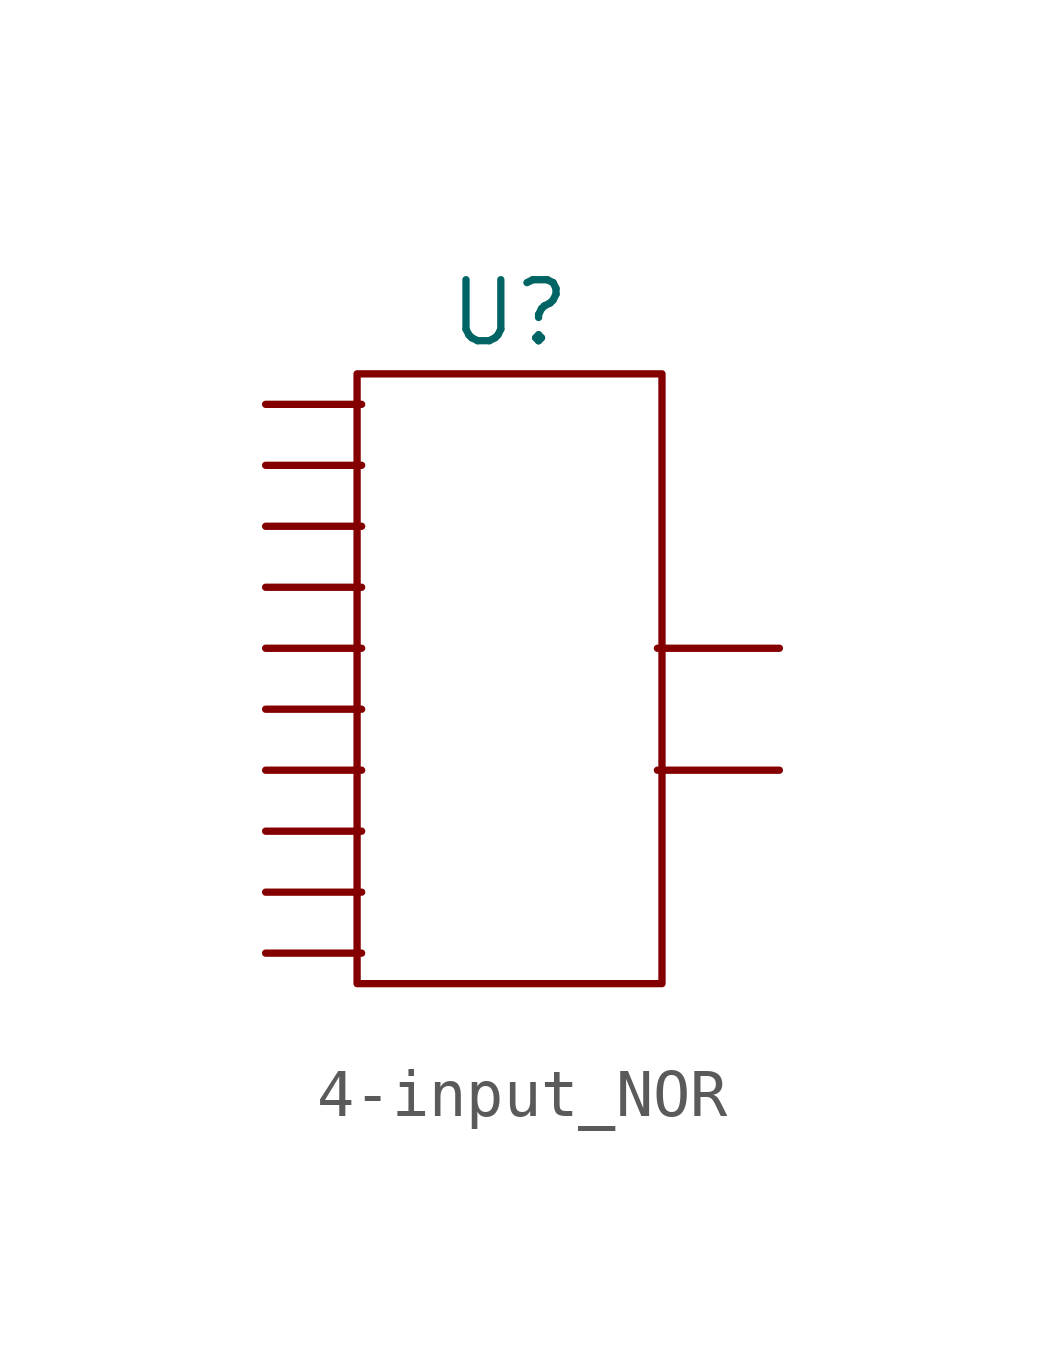
<source format=kicad_sym>
(kicad_symbol_lib
  (version 20220914)
  (generator kicad_symbol_editor)
  (symbol "4-input_NOR"
    (property "Reference" "U"
      (at 5.08 13.97 0)
      (effects (font (size 1.27 1.27))))
    (property "Value" ""
      (at 0 3.175 0)
      (effects (font (size 1.27 1.27))))
    (symbol "4-input_NOR_1_0"
      (pin input line (at 0 12.065 0) (length 2) (name "1A" (effects (font (size 0 0)))) (number "" (effects (font (size 1.27 1.27)))))
      (pin input line (at 0 10.795 0) (length 2) (name "1B" (effects (font (size 0 0)))) (number "" (effects (font (size 1.27 1.27)))))
      (pin input line (at 0 9.525 0) (length 2) (name "1C" (effects (font (size 0 0)))) (number "" (effects (font (size 1.27 1.27)))))
      (pin input line (at 0 8.255 0) (length 2) (name "1D" (effects (font (size 0 0)))) (number "" (effects (font (size 1.27 1.27)))))
      (pin input line (at 0 6.985 0) (length 2) (name "1G" (effects (font (size 0 0)))) (number "" (effects (font (size 1.27 1.27)))))
      (pin output line (at 10.7 6.985 180) (length 2.54) (name "1Y" (effects (font (size 0 0)))) (number "" (effects (font (size 1.27 1.27)))))
      (pin input line (at 0 5.715 0) (length 2) (name "2A" (effects (font (size 0 0)))) (number "" (effects (font (size 1.27 1.27)))))
      (pin input line (at 0 4.445 0) (length 2) (name "2B" (effects (font (size 0 0)))) (number "" (effects (font (size 1.27 1.27)))))
      (pin input line (at 0 3.175 0) (length 2) (name "2C" (effects (font (size 0 0)))) (number "" (effects (font (size 1.27 1.27)))))
      (pin input line (at 0 1.905 0) (length 2) (name "2D" (effects (font (size 0 0)))) (number "" (effects (font (size 1.27 1.27)))))
      (pin input line (at 0 0.635 0) (length 2) (name "2G" (effects (font (size 0 0)))) (number "" (effects (font (size 1.27 1.27)))))
      (pin output line (at 10.7 4.445 180) (length 2.54) (name "2Y" (effects (font (size 0 0)))) (number "" (effects (font (size 1.27 1.27))))))
    (symbol "4-input_NOR_1_1"
      (rectangle (start 1.905 12.7) (end 8.255 0) (stroke (width 0) (type default)) (fill (type none))))))
</source>
